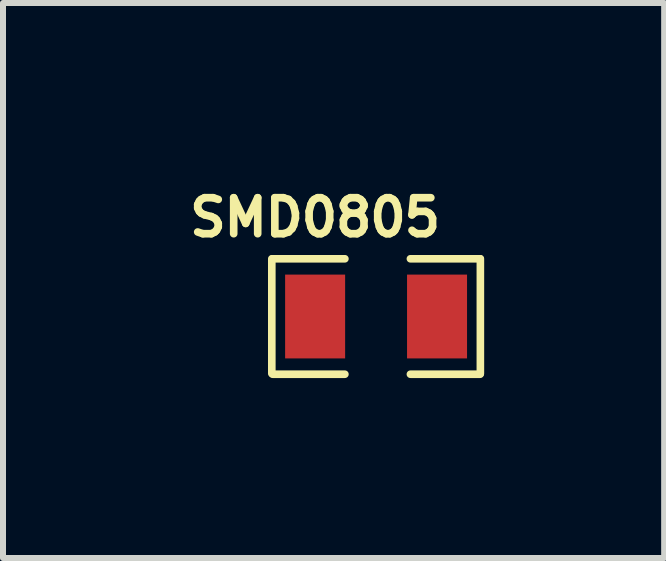
<source format=kicad_pcb>
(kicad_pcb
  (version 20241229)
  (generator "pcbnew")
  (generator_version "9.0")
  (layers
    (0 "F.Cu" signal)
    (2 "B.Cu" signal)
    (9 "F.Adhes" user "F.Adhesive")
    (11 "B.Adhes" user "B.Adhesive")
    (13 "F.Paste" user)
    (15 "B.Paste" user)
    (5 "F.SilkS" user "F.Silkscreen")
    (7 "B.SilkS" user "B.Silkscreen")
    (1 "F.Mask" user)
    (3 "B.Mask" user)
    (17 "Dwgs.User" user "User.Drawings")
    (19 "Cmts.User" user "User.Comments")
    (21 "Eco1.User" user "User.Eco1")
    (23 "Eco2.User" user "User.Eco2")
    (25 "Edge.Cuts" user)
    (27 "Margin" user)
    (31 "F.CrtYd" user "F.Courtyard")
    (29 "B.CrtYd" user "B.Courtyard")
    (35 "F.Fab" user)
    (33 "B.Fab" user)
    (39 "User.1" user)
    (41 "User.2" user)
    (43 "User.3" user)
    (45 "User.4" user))
  (footprint "SMD0805"
    (layer "F.Cu")
    (at 3.218 2.225)
    (property "Reference" "SMD0805" (at -1.016 -1.651 0) (layer "F.SilkS") (effects (font (size 0.6 0.6) (thickness 0.127))))
    (attr smd)
    (fp_line (start -1.738 0.95) (end -1.738 -0.962) (stroke (width 0.127) (type solid)) (layer "F.SilkS"))
    (fp_line (start -1.724 -0.962) (end -0.52 -0.962) (stroke (width 0.127) (type solid)) (layer "F.SilkS"))
    (fp_line (start -0.52 0.962) (end -1.724 0.962) (stroke (width 0.127) (type solid)) (layer "F.SilkS"))
    (fp_line (start 0.572 -0.962) (end 1.734 -0.962) (stroke (width 0.127) (type solid)) (layer "F.SilkS"))
    (fp_line (start 1.734 0.962) (end 0.572 0.962) (stroke (width 0.127) (type solid)) (layer "F.SilkS"))
    (fp_line (start 1.738 -0.962) (end 1.738 0.95) (stroke (width 0.127) (type solid)) (layer "F.SilkS"))
    (pad "1" smd rect (at -1.016 0) (size 1 1.397) (layers "F.Cu" "F.Mask" "F.Paste"))
    (pad "2" smd rect (at 1.016 0) (size 1 1.397) (layers "F.Cu" "F.Mask" "F.Paste")))
  (gr_rect
    (start -3 -3)
    (end 8.019 6.25)
    (stroke (width 0.1) (type default))
    (fill no)
    (layer "Edge.Cuts")))
</source>
